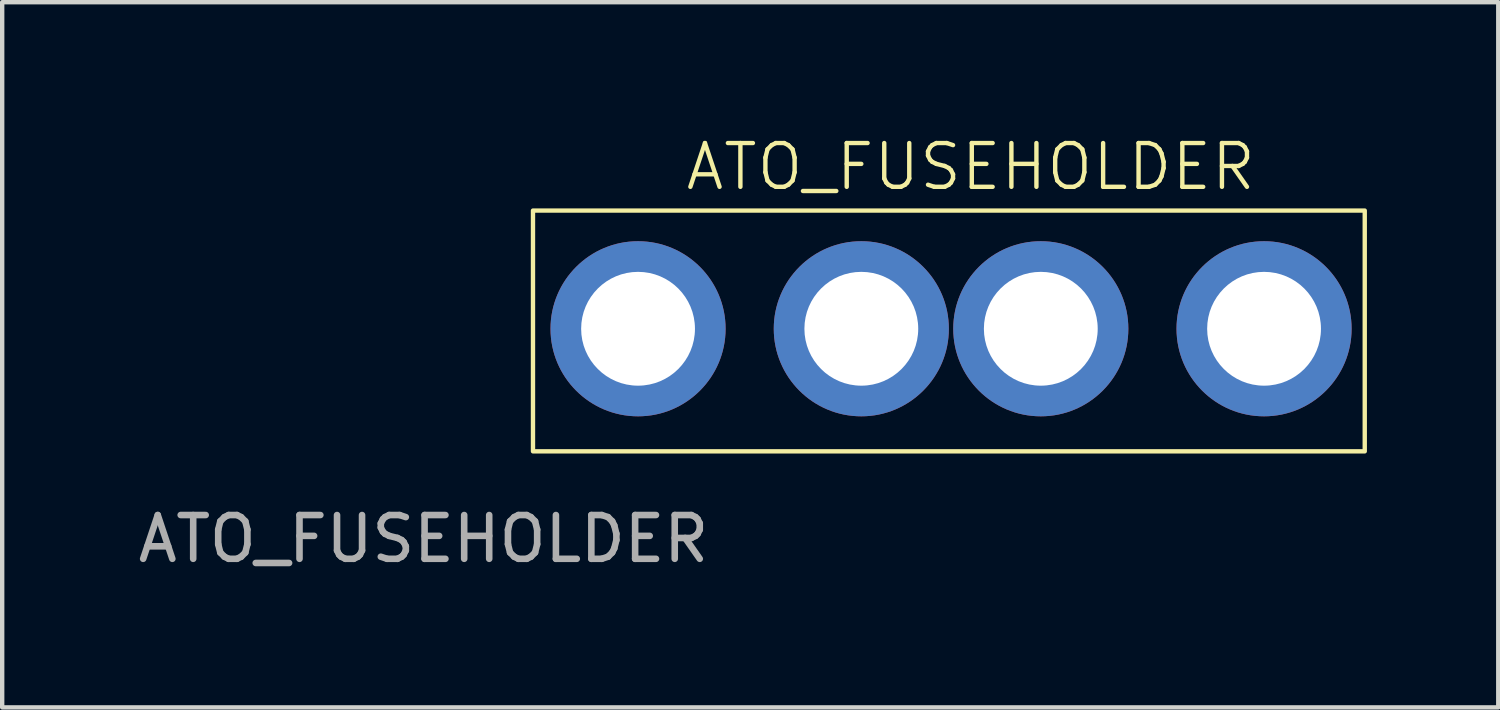
<source format=kicad_pcb>
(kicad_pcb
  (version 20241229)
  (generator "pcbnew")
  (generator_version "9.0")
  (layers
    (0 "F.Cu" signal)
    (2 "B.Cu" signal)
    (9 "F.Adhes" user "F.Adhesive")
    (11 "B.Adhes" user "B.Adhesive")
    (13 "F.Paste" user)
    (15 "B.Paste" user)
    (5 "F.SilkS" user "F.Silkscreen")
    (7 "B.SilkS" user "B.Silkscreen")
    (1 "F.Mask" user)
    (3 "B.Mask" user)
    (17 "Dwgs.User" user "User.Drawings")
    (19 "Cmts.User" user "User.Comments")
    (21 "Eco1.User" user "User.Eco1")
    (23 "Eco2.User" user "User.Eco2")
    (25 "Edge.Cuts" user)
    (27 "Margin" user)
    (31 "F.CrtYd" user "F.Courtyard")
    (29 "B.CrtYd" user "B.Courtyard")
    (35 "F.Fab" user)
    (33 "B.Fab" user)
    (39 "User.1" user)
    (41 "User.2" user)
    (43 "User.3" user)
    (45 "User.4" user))
  (footprint "ATO_FUSEHOLDER"
    (layer "F.Cu")
    (at 18.625 4.46)
    (property "Reference" "ATO_FUSEHOLDER" (at 0.5 -3.7 0) (unlocked yes) (layer "F.SilkS") (effects (font (size 1 1) (thickness 0.1))))
    (attr through_hole)
    (fp_rect (start -9.5 -2.7) (end 9.5 2.8) (stroke (width 0.1) (type default)) (fill no) (layer "F.SilkS"))
    (fp_text user "${REFERENCE}" (at -12 4.8 0) (unlocked yes) (layer "F.Fab") (effects (font (size 1 1) (thickness 0.15))))
    (pad "1" thru_hole circle (at -7.1 0) (size 4 4) (drill 2.6) (layers "*.Cu" "*.Mask"))
    (pad "1" thru_hole circle (at -2 0) (size 4 4) (drill 2.6) (layers "*.Cu" "*.Mask"))
    (pad "2" thru_hole circle (at 2.1 0) (size 4 4) (drill 2.6) (layers "*.Cu" "*.Mask"))
    (pad "2" thru_hole circle (at 7.2 0) (size 4 4) (drill 2.6) (layers "*.Cu" "*.Mask")))
  (gr_rect
    (start -3 -3)
    (end 31.175 13.109)
    (stroke (width 0.1) (type default))
    (fill no)
    (layer "Edge.Cuts")))
</source>
